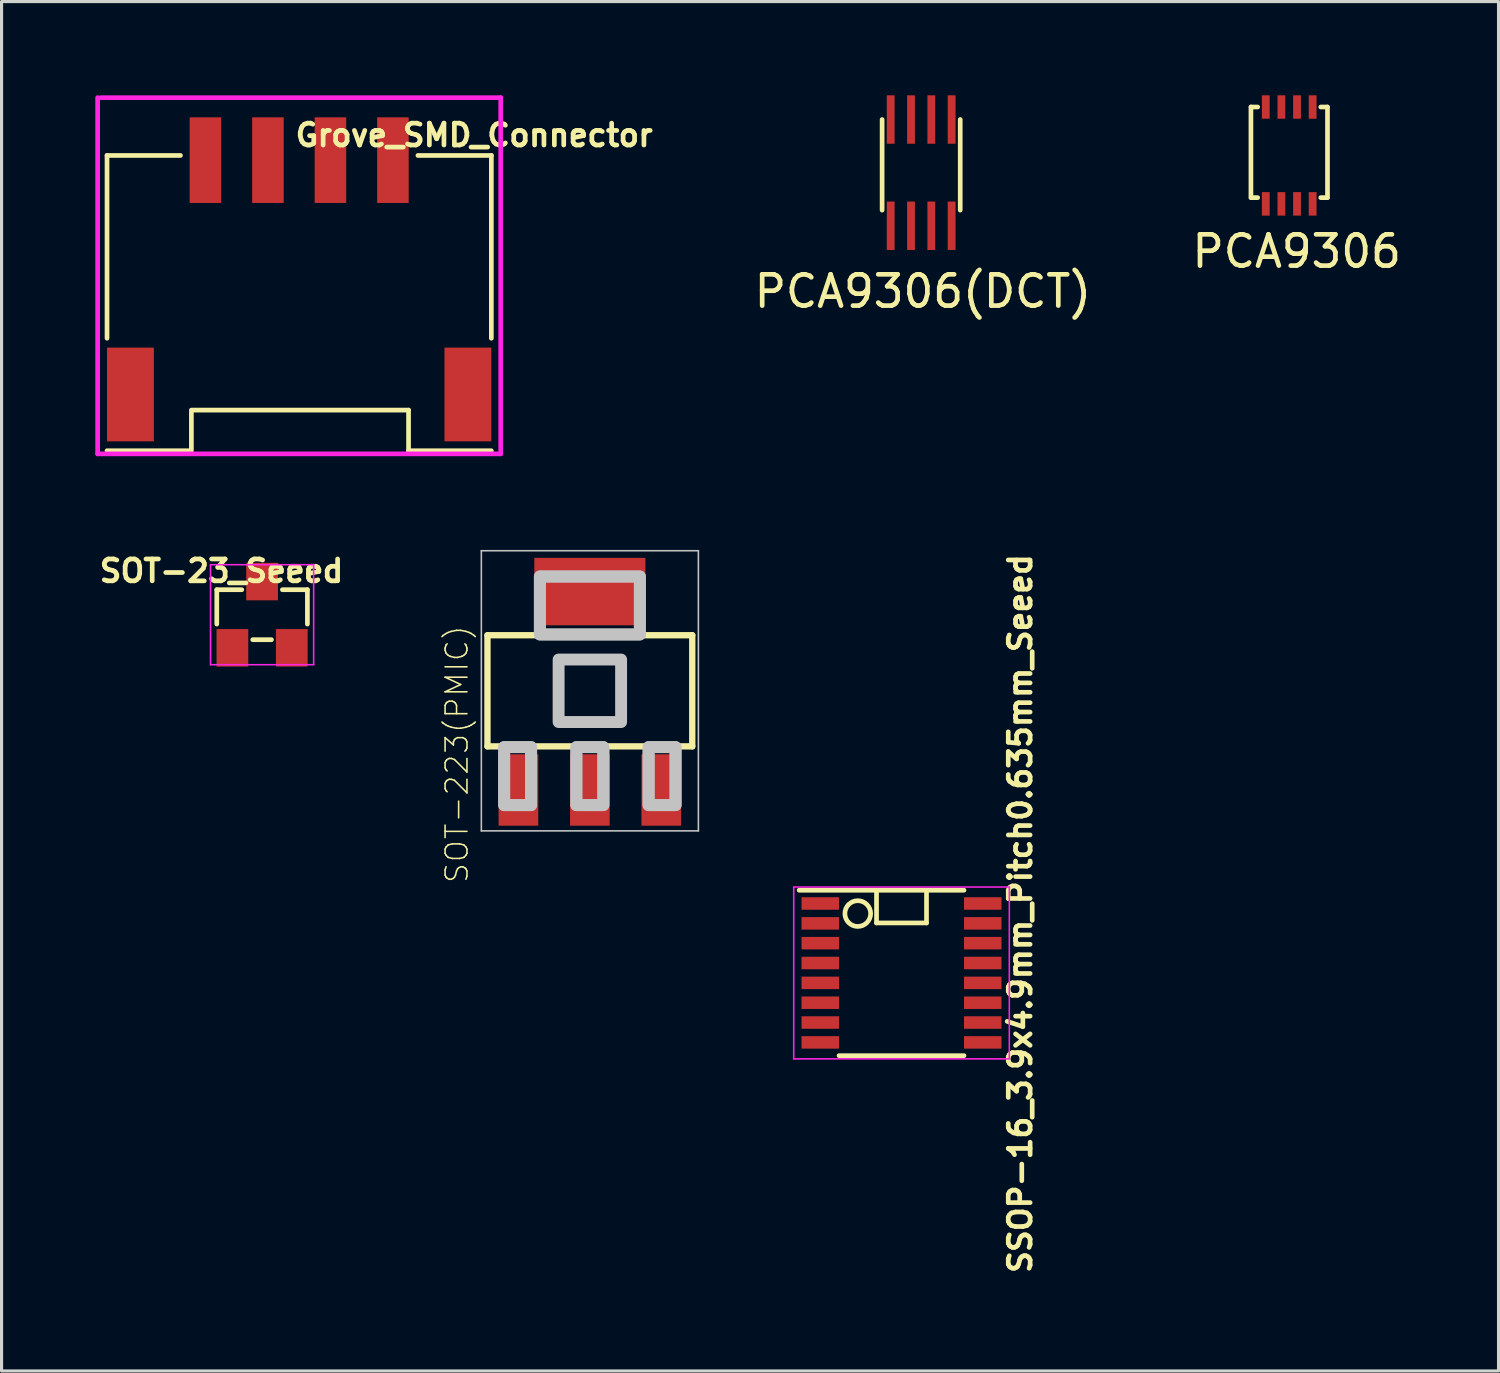
<source format=kicad_pcb>
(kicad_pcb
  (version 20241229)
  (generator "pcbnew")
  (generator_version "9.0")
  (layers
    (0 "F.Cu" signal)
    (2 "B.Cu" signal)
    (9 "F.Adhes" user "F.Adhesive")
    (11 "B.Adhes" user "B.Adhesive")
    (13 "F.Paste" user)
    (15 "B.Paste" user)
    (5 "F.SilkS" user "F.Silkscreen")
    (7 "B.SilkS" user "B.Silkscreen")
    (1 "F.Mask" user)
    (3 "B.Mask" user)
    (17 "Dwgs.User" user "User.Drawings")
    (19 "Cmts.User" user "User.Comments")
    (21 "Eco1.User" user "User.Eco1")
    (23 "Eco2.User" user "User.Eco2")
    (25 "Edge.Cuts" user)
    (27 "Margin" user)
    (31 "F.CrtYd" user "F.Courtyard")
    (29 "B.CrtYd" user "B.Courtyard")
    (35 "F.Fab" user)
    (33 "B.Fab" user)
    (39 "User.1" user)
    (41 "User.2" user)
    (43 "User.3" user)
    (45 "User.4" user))
  (footprint "PCA9306(DCT)"
    (layer "F.Cu")
    (at 25.456 0.775)
    (property "Reference" "PCA9306(DCT)" (at 1.03 5.5 0) (layer "F.SilkS") (effects (font (size 1 1) (thickness 0.15))))
    (attr through_hole)
    (fp_line (start -0.275 0) (end -0.275 2.9) (stroke (width 0.15) (type solid)) (layer "F.SilkS"))
    (fp_line (start 2.225 0) (end 2.225 2.9) (stroke (width 0.15) (type solid)) (layer "F.SilkS"))
    (pad "1" smd rect (at 0 0) (size 0.25 1.55) (layers "F.Cu" "F.Mask" "F.Paste"))
    (pad "2" smd rect (at 0.65 0) (size 0.25 1.55) (layers "F.Cu" "F.Mask" "F.Paste"))
    (pad "3" smd rect (at 1.3 0) (size 0.25 1.55) (layers "F.Cu" "F.Mask" "F.Paste"))
    (pad "4" smd rect (at 1.95 0) (size 0.25 1.55) (layers "F.Cu" "F.Mask" "F.Paste"))
    (pad "6" smd rect (at 0 3.4) (size 0.25 1.55) (layers "F.Cu" "F.Mask" "F.Paste"))
    (pad "6" smd rect (at 0.65 3.4) (size 0.25 1.55) (layers "F.Cu" "F.Mask" "F.Paste"))
    (pad "6" smd rect (at 1.3 3.4) (size 0.25 1.55) (layers "F.Cu" "F.Mask" "F.Paste"))
    (pad "6" smd rect (at 1.95 3.4) (size 0.25 1.55) (layers "F.Cu" "F.Mask" "F.Paste")))
  (footprint "PCA9306"
    (layer "F.Cu")
    (at 37.46 0.375)
    (property "Reference" "PCA9306" (at 0.99 4.62 0) (layer "F.SilkS") (effects (font (size 1 1) (thickness 0.15))))
    (attr through_hole)
    (fp_line (start -0.475 0) (end -0.475 2.9) (stroke (width 0.15) (type solid)) (layer "F.SilkS"))
    (fp_line (start -0.47 0) (end -0.26 0) (stroke (width 0.15) (type solid)) (layer "F.SilkS"))
    (fp_line (start -0.47 2.9) (end -0.26 2.9) (stroke (width 0.15) (type solid)) (layer "F.SilkS"))
    (fp_line (start 1.76 0) (end 1.97 0) (stroke (width 0.15) (type solid)) (layer "F.SilkS"))
    (fp_line (start 1.76 2.9) (end 1.97 2.9) (stroke (width 0.15) (type solid)) (layer "F.SilkS"))
    (fp_line (start 1.975 0) (end 1.975 2.9) (stroke (width 0.15) (type solid)) (layer "F.SilkS"))
    (pad "1" smd rect (at 0 0) (size 0.25 0.75) (layers "F.Cu" "F.Mask" "F.Paste"))
    (pad "2" smd rect (at 0.5 0) (size 0.25 0.75) (layers "F.Cu" "F.Mask" "F.Paste"))
    (pad "3" smd rect (at 1 0) (size 0.25 0.75) (layers "F.Cu" "F.Mask" "F.Paste"))
    (pad "4" smd rect (at 1.5 0) (size 0.25 0.75) (layers "F.Cu" "F.Mask" "F.Paste"))
    (pad "5" smd rect (at 0 3.1) (size 0.25 0.75) (layers "F.Cu" "F.Mask" "F.Paste"))
    (pad "6" smd rect (at 0.5 3.1) (size 0.25 0.75) (layers "F.Cu" "F.Mask" "F.Paste"))
    (pad "7" smd rect (at 1 3.1) (size 0.25 0.75) (layers "F.Cu" "F.Mask" "F.Paste"))
    (pad "8" smd rect (at 1.5 3.1) (size 0.25 0.75) (layers "F.Cu" "F.Mask" "F.Paste")))
  (footprint "Grove_SMD_Connector"
    (layer "F.Cu")
    (at 6.525 2.175)
    (property "Reference" "Grove_SMD_Connector" (at 5.6 -0.9 0) (layer "F.SilkS") (effects (font (size 0.7 0.7) (thickness 0.15))))
    (attr smd)
    (fp_line (start -6.15 -0.25) (end -6.15 5.6) (stroke (width 0.15) (type solid)) (layer "F.SilkS"))
    (fp_line (start -3.8 -0.25) (end -6.15 -0.25) (stroke (width 0.15) (type solid)) (layer "F.SilkS"))
    (fp_line (start -3.5 9.2) (end -6.15 9.2) (stroke (width 0.15) (type solid)) (layer "F.SilkS"))
    (fp_line (start -3.45 9.2) (end -3.45 7.95) (stroke (width 0.15) (type solid)) (layer "F.SilkS"))
    (fp_line (start 3.5 7.9) (end -3.45 7.9) (stroke (width 0.15) (type solid)) (layer "F.SilkS"))
    (fp_line (start 3.5 9.2) (end 3.5 7.9) (stroke (width 0.15) (type solid)) (layer "F.SilkS"))
    (fp_line (start 6.15 -0.25) (end 3.8 -0.25) (stroke (width 0.15) (type solid)) (layer "F.SilkS"))
    (fp_line (start 6.15 -0.25) (end 6.15 5.6) (stroke (width 0.15) (type solid)) (layer "F.SilkS"))
    (fp_line (start 6.15 9.2) (end 3.5 9.2) (stroke (width 0.15) (type solid)) (layer "F.SilkS"))
    (fp_line (start -6.45 9.3) (end -6.45 -2.1) (stroke (width 0.15) (type solid)) (layer "F.CrtYd"))
    (fp_line (start -6.35 -2.1) (end 6.45 -2.1) (stroke (width 0.15) (type solid)) (layer "F.CrtYd"))
    (fp_line (start 6.45 -2.1) (end 6.45 9.3) (stroke (width 0.15) (type solid)) (layer "F.CrtYd"))
    (fp_line (start 6.45 9.3) (end -6.45 9.3) (stroke (width 0.15) (type solid)) (layer "F.CrtYd"))
    (pad "1" smd rect (at 3 -0.1) (size 1.01 2.74) (layers "F.Cu" "F.Mask" "F.Paste"))
    (pad "2" smd rect (at 1 -0.1) (size 1.01 2.74) (layers "F.Cu" "F.Mask" "F.Paste"))
    (pad "3" smd rect (at -1 -0.1) (size 1.01 2.74) (layers "F.Cu" "F.Mask" "F.Paste"))
    (pad "4" smd rect (at -3 -0.1) (size 1.01 2.74) (layers "F.Cu" "F.Mask" "F.Paste"))
    (pad "5" smd rect (at 5.4 7.4) (size 1.5 3) (layers "F.Cu" "F.Mask" "F.Paste"))
    (pad "6" smd rect (at -5.4 7.4) (size 1.5 3) (layers "F.Cu" "F.Mask" "F.Paste")))
  (footprint "SOT-23_Seeed"
    (layer "F.Cu")
    (at 5.338 16.623)
    (property "Reference" "SOT-23_Seeed" (at -1.3 -1.4 0) (layer "F.SilkS") (effects (font (size 0.7 0.7) (thickness 0.15))))
    (attr smd)
    (fp_line (start -1.45 -0.8) (end -1.45 0.3) (stroke (width 0.15) (type solid)) (layer "F.SilkS"))
    (fp_line (start -0.65 -0.8) (end -1.45 -0.8) (stroke (width 0.15) (type solid)) (layer "F.SilkS"))
    (fp_line (start -0.3 0.8) (end 0.3 0.8) (stroke (width 0.15) (type solid)) (layer "F.SilkS"))
    (fp_line (start 0.65 -0.8) (end 1.45 -0.8) (stroke (width 0.15) (type solid)) (layer "F.SilkS"))
    (fp_line (start 1.45 -0.8) (end 1.45 0.3) (stroke (width 0.15) (type solid)) (layer "F.SilkS"))
    (fp_line (start -1.65 -1.6) (end 1.65 -1.6) (stroke (width 0.05) (type solid)) (layer "F.CrtYd"))
    (fp_line (start -1.65 1.6) (end -1.65 -1.6) (stroke (width 0.05) (type solid)) (layer "F.CrtYd"))
    (fp_line (start 1.65 -1.6) (end 1.65 1.6) (stroke (width 0.05) (type solid)) (layer "F.CrtYd"))
    (fp_line (start 1.65 1.6) (end -1.65 1.6) (stroke (width 0.05) (type solid)) (layer "F.CrtYd"))
    (pad "1" smd rect (at -0.95 1.06) (size 1.016 1.2) (layers "F.Cu" "F.Mask" "F.Paste"))
    (pad "2" smd rect (at 0.95 1.06) (size 1.016 1.2) (layers "F.Cu" "F.Mask" "F.Paste"))
    (pad "3" smd rect (at 0 -1.06) (size 1.016 1.2) (layers "F.Cu" "F.Mask" "F.Paste")))
  (footprint "SSOP-16_3.9x4.9mm_Pitch0.635mm_Seeed"
    (layer "F.Cu")
    (at 25.802 28.088)
    (property "Reference" "SSOP-16_3.9x4.9mm_Pitch0.635mm_Seeed" (at 3.8 -1.9 90) (layer "F.SilkS") (effects (font (size 0.7 0.7) (thickness 0.15))))
    (attr smd)
    (fp_line (start -3.275 -2.647) (end 2 -2.647) (stroke (width 0.15) (type solid)) (layer "F.SilkS"))
    (fp_line (start -2 2.647) (end 2 2.647) (stroke (width 0.15) (type solid)) (layer "F.SilkS"))
    (fp_line (start -0.8 -2.6) (end -0.8 -1.6) (stroke (width 0.15) (type solid)) (layer "F.SilkS"))
    (fp_line (start -0.8 -1.6) (end 0.8 -1.6) (stroke (width 0.15) (type solid)) (layer "F.SilkS"))
    (fp_line (start 0.8 -1.6) (end 0.8 -2.6) (stroke (width 0.15) (type solid)) (layer "F.SilkS"))
    (fp_circle (center -1.4 -1.9) (end -1.3 -2.3) (stroke (width 0.15) (type solid)) (fill no) (layer "F.SilkS"))
    (fp_line (start -3.45 -2.75) (end -3.45 2.75) (stroke (width 0.05) (type solid)) (layer "F.CrtYd"))
    (fp_line (start -3.45 -2.75) (end 3.45 -2.75) (stroke (width 0.05) (type solid)) (layer "F.CrtYd"))
    (fp_line (start -3.45 2.75) (end 3.45 2.75) (stroke (width 0.05) (type solid)) (layer "F.CrtYd"))
    (fp_line (start 3.45 -2.75) (end 3.45 2.75) (stroke (width 0.05) (type solid)) (layer "F.CrtYd"))
    (pad "1" smd rect (at -2.6 -2.223) (size 1.2 0.4) (layers "F.Cu" "F.Mask" "F.Paste"))
    (pad "2" smd rect (at -2.6 -1.587) (size 1.2 0.4) (layers "F.Cu" "F.Mask" "F.Paste"))
    (pad "3" smd rect (at -2.6 -0.953) (size 1.2 0.4) (layers "F.Cu" "F.Mask" "F.Paste"))
    (pad "4" smd rect (at -2.6 -0.318) (size 1.2 0.4) (layers "F.Cu" "F.Mask" "F.Paste"))
    (pad "5" smd rect (at -2.6 0.318) (size 1.2 0.4) (layers "F.Cu" "F.Mask" "F.Paste"))
    (pad "6" smd rect (at -2.6 0.953) (size 1.2 0.4) (layers "F.Cu" "F.Mask" "F.Paste"))
    (pad "7" smd rect (at -2.6 1.587) (size 1.2 0.4) (layers "F.Cu" "F.Mask" "F.Paste"))
    (pad "8" smd rect (at -2.6 2.223) (size 1.2 0.4) (layers "F.Cu" "F.Mask" "F.Paste"))
    (pad "9" smd rect (at 2.6 2.223) (size 1.2 0.4) (layers "F.Cu" "F.Mask" "F.Paste"))
    (pad "10" smd rect (at 2.6 1.587) (size 1.2 0.4) (layers "F.Cu" "F.Mask" "F.Paste"))
    (pad "11" smd rect (at 2.6 0.953) (size 1.2 0.4) (layers "F.Cu" "F.Mask" "F.Paste"))
    (pad "12" smd rect (at 2.6 0.318) (size 1.2 0.4) (layers "F.Cu" "F.Mask" "F.Paste"))
    (pad "13" smd rect (at 2.6 -0.318) (size 1.2 0.4) (layers "F.Cu" "F.Mask" "F.Paste"))
    (pad "14" smd rect (at 2.6 -0.953) (size 1.2 0.4) (layers "F.Cu" "F.Mask" "F.Paste"))
    (pad "15" smd rect (at 2.6 -1.587) (size 1.2 0.4) (layers "F.Cu" "F.Mask" "F.Paste"))
    (pad "16" smd rect (at 2.6 -2.223) (size 1.2 0.4) (layers "F.Cu" "F.Mask" "F.Paste")))
  (footprint "SOT-223(PMIC)"
    (layer "F.Cu")
    (at 15.828 19.058)
    (property "Reference" "SOT-223(PMIC)" (at -4.255 2.032 90) (layer "F.SilkS") (effects (font (size 0.7 0.7) (thickness 0.05))))
    (attr smd)
    (fp_line (start -3.277 -1.778) (end 3.277 -1.778) (stroke (width 0.203) (type solid)) (layer "F.SilkS"))
    (fp_line (start -3.277 1.778) (end -3.277 -1.778) (stroke (width 0.203) (type solid)) (layer "F.SilkS"))
    (fp_line (start 3.277 -1.778) (end 3.277 1.778) (stroke (width 0.203) (type solid)) (layer "F.SilkS"))
    (fp_line (start 3.277 1.778) (end -3.277 1.778) (stroke (width 0.203) (type solid)) (layer "F.SilkS"))
    (fp_line (start -3.473 -4.483) (end 3.473 -4.483) (stroke (width 0.051) (type solid)) (layer "Dwgs.User"))
    (fp_line (start -3.473 4.483) (end -3.473 -4.483) (stroke (width 0.051) (type solid)) (layer "Dwgs.User"))
    (fp_line (start 3.473 -4.483) (end 3.473 4.483) (stroke (width 0.051) (type solid)) (layer "Dwgs.User"))
    (fp_line (start 3.473 4.483) (end -3.473 4.483) (stroke (width 0.051) (type solid)) (layer "Dwgs.User"))
    (fp_poly (pts (xy -2.743 1.803) (xy -1.88 1.803) (xy -1.88 3.658) (xy -2.743 3.658)) (stroke (width 0.381) (type solid)) (fill no) (layer "Dwgs.User"))
    (fp_poly (pts (xy -2.743 1.803) (xy -1.88 1.803) (xy -1.88 3.658) (xy -2.743 3.658)) (stroke (width 0.381) (type solid)) (fill no) (layer "Dwgs.User"))
    (fp_poly (pts (xy -1.6 -3.658) (xy 1.6 -3.658) (xy 1.6 -1.803) (xy -1.6 -1.803)) (stroke (width 0.381) (type solid)) (fill no) (layer "Dwgs.User"))
    (fp_poly (pts (xy -1.6 -3.658) (xy 1.6 -3.658) (xy 1.6 -1.803) (xy -1.6 -1.803)) (stroke (width 0.381) (type solid)) (fill no) (layer "Dwgs.User"))
    (fp_poly (pts (xy -1 -1) (xy 1 -1) (xy 1 1) (xy -1 1)) (stroke (width 0.381) (type solid)) (fill no) (layer "Dwgs.User"))
    (fp_poly (pts (xy -0.432 1.803) (xy 0.432 1.803) (xy 0.432 3.658) (xy -0.432 3.658)) (stroke (width 0.381) (type solid)) (fill no) (layer "Dwgs.User"))
    (fp_poly (pts (xy -0.432 1.803) (xy 0.432 1.803) (xy 0.432 3.658) (xy -0.432 3.658)) (stroke (width 0.381) (type solid)) (fill no) (layer "Dwgs.User"))
    (fp_poly (pts (xy 1.88 1.803) (xy 2.743 1.803) (xy 2.743 3.658) (xy 1.88 3.658)) (stroke (width 0.381) (type solid)) (fill no) (layer "Dwgs.User"))
    (fp_poly (pts (xy 1.88 1.803) (xy 2.743 1.803) (xy 2.743 3.658) (xy 1.88 3.658)) (stroke (width 0.381) (type solid)) (fill no) (layer "Dwgs.User"))
    (pad "1" smd rect (at -2.286 3.175) (size 1.27 2.286) (layers "F.Cu" "F.Mask" "F.Paste"))
    (pad "2" smd rect (at 0 3.175) (size 1.27 2.286) (layers "F.Cu" "F.Mask" "F.Paste"))
    (pad "3" smd rect (at 2.286 3.175) (size 1.27 2.286) (layers "F.Cu" "F.Mask" "F.Paste"))
    (pad "TER" smd rect (at 0 -3.175) (size 3.556 2.159) (layers "F.Cu" "F.Mask" "F.Paste")))
  (gr_rect
    (start -3 -3)
    (end 44.909 40.827)
    (stroke (width 0.1) (type default))
    (fill no)
    (layer "Edge.Cuts")))
</source>
